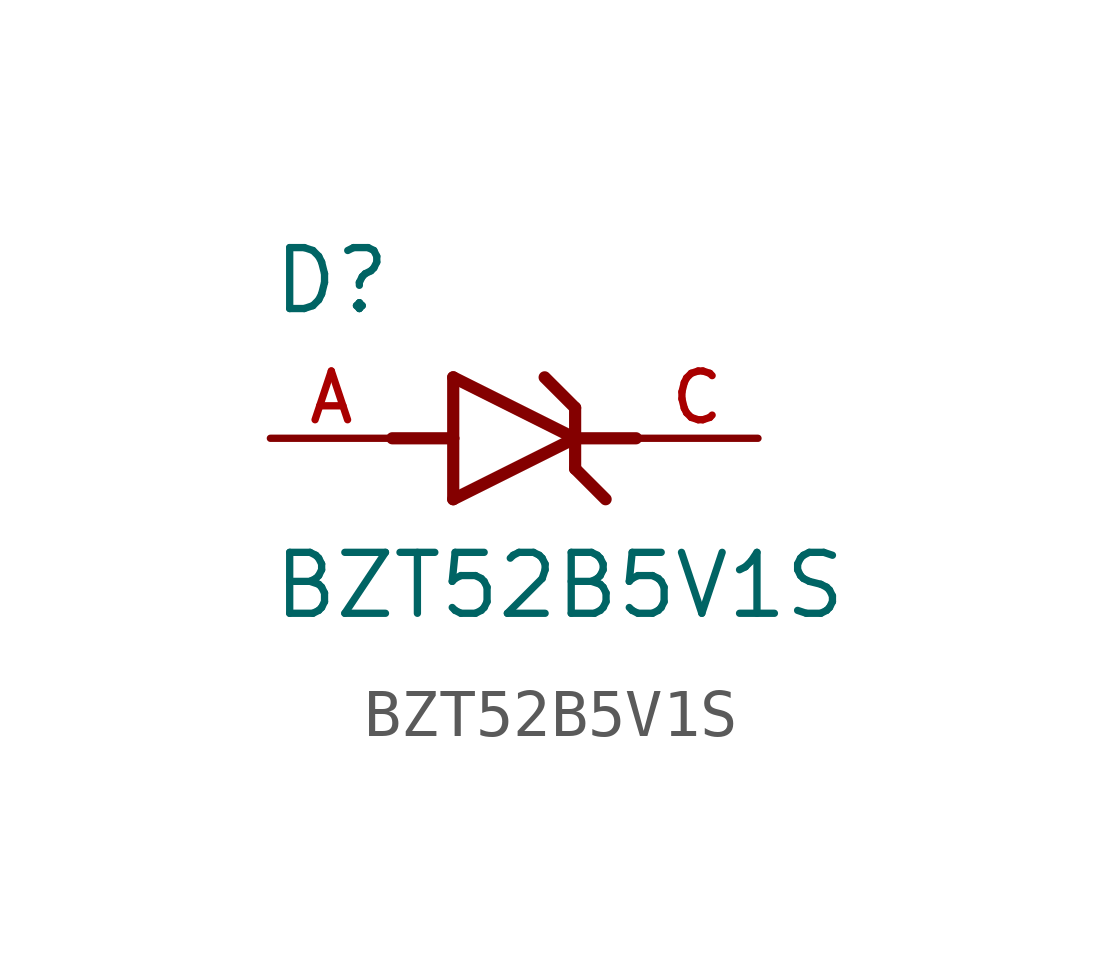
<source format=kicad_sym>
(kicad_symbol_lib
  (version 20211014)
  (generator kicad_symbol_editor)
  (symbol "BZT52B5V1S"
    (pin_names
      (offset 1.016))
    (property "Reference" "D"
      (at -5.08 2.54 0)
      (effects (font (size 1.27 1.27)) (justify bottom left)))
    (property "Value" "BZT52B5V1S"
      (at -5.08 -3.81 0)
      (effects (font (size 1.27 1.27)) (justify bottom left)))
    (symbol "BZT52B5V1S_0_0"
      (polyline (pts (xy -1.27 -1.27) (xy 1.27 0.0)) (stroke (width 0.254)))
      (polyline (pts (xy 1.27 0.0) (xy -1.27 1.27)) (stroke (width 0.254)))
      (polyline (pts (xy 1.27 0.635) (xy 1.27 0.0)) (stroke (width 0.254)))
      (polyline (pts (xy -1.27 1.27) (xy -1.27 0.0)) (stroke (width 0.254)))
      (polyline (pts (xy -1.27 0.0) (xy -1.27 -1.27)) (stroke (width 0.254)))
      (polyline (pts (xy 1.27 0.0) (xy 1.27 -0.635)) (stroke (width 0.254)))
      (polyline (pts (xy -2.54 0.0) (xy -1.27 0.0)) (stroke (width 0.254)))
      (polyline (pts (xy 2.54 0.0) (xy 1.27 0.0)) (stroke (width 0.254)))
      (polyline (pts (xy 0.635 1.27) (xy 1.27 0.635)) (stroke (width 0.254)))
      (polyline (pts (xy 1.27 -0.635) (xy 1.905 -1.27)) (stroke (width 0.254)))
      (pin passive line (at 5.08 0.0 180.0) (length 2.54) (name "~" (effects (font (size 1.016 1.016)))) (number "C" (effects (font (size 1.016 1.016)))))
      (pin passive line (at -5.08 0.0 0) (length 2.54) (name "~" (effects (font (size 1.016 1.016)))) (number "A" (effects (font (size 1.016 1.016))))))))
</source>
